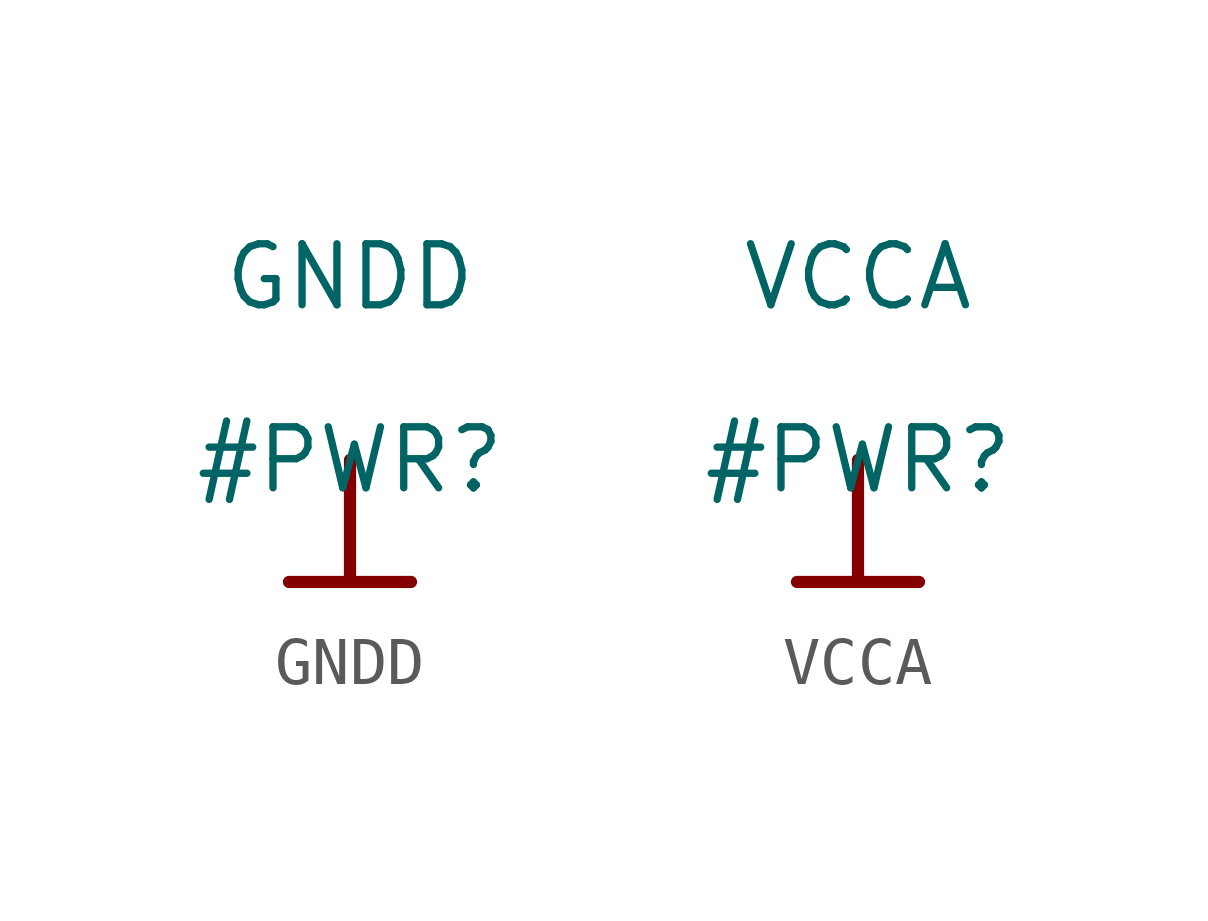
<source format=kicad_sym>
(kicad_symbol_lib
  (version 20220914)
  (generator kicad_symbol_editor)
  (symbol "GNDD"
    (power)
    (property "Reference" "#PWR"
      (at 0 0 0)
      (effects (font (size 1.27 1.27))))
    (property "Value" "GNDD"
      (at 0 3.81 0)
      (effects (font (size 1.27 1.27))))
    (symbol "GNDD_0_0"
      (polyline (pts (xy -1.27 -2.54) (xy 1.27 -2.54)) (stroke (width 0.254) (type solid)) (fill (type none)))
      (polyline (pts (xy 0 0) (xy 0 -2.54)) (stroke (width 0.254) (type solid)) (fill (type none)))
      (pin power_in line (at 0 0 0) (length 0) hide (name "GNDD" (effects (font (size 1.27 1.27)))) (number "" (effects (font (size 1.27 1.27)))))))
  (symbol "VCCA"
    (power)
    (property "Reference" "#PWR"
      (at 0 0 0)
      (effects (font (size 1.27 1.27))))
    (property "Value" "VCCA"
      (at 0 3.81 0)
      (effects (font (size 1.27 1.27))))
    (symbol "VCCA_0_0"
      (polyline (pts (xy -1.27 -2.54) (xy 1.27 -2.54)) (stroke (width 0.254) (type solid)) (fill (type none)))
      (polyline (pts (xy 0 0) (xy 0 -2.54)) (stroke (width 0.254) (type solid)) (fill (type none)))
      (pin power_in line (at 0 0 0) (length 0) hide (name "VCCA" (effects (font (size 1.27 1.27)))) (number "" (effects (font (size 1.27 1.27))))))))
</source>
